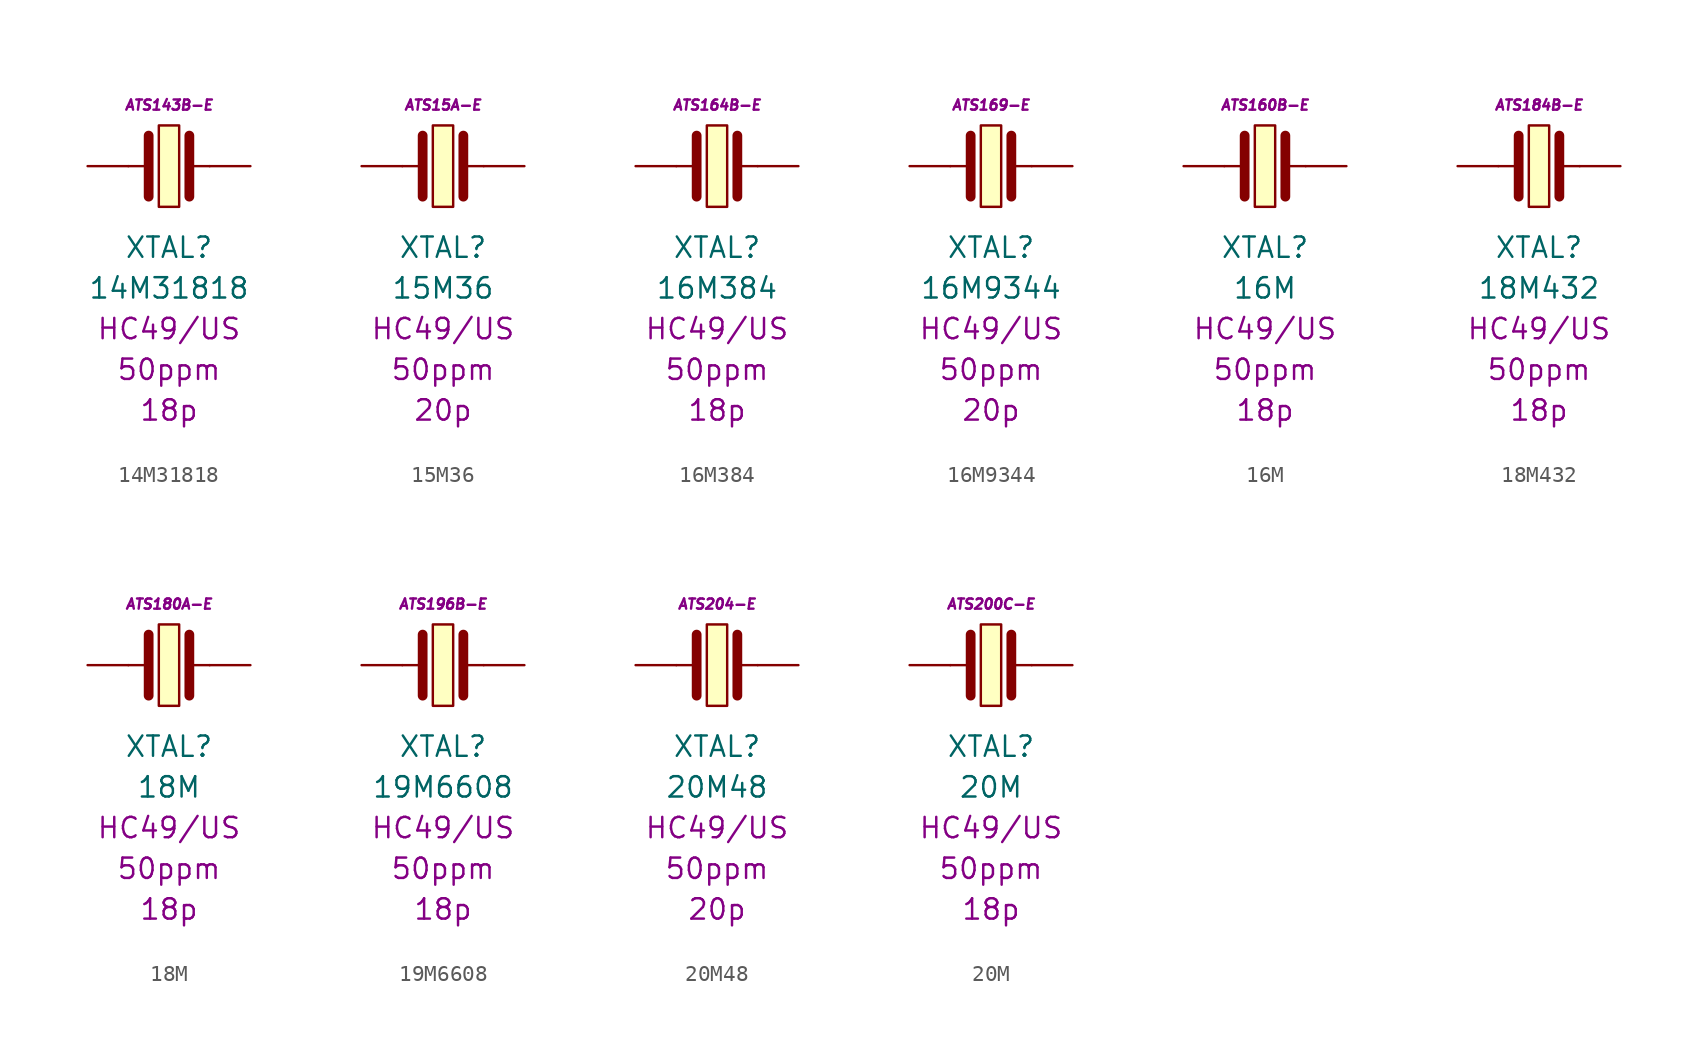
<source format=kicad_sym>
(kicad_symbol_lib
  (version 20201005)
  (generator kicad_symbol_editor)
  (symbol "14M31818"
    (pin_numbers hide)
    (pin_names
      (offset 1.016) hide)
    (property "Reference" "XTAL"
      (at 0 -5.08 0)
      (effects (font (size 1.27 1.27))))
    (property "Value" "14M31818"
      (at 0 -7.62 0)
      (effects (font (size 1.27 1.27))))
    (property "Package" "HC49/US"
      (at 0 -10.16 0)
      (effects (font (size 1.27 1.27))))
    (property "Tolerance" "50ppm"
      (at 0 -12.7 0)
      (effects (font (size 1.27 1.27))))
    (property "LoadCapacitance" "18p"
      (at 0 -15.24 0)
      (effects (font (size 1.27 1.27))))
    (property "MPN" "ATS143B-E"
      (at 0 3.81 0)
      (effects (font (size 0.635 0.635) italic)))
    (symbol "14M31818_0_1"
      (rectangle (start -0.635 2.54) (end 0.635 -2.54) (stroke (width 0.152)) (fill (type background)))
      (polyline (pts (xy -2.54 0) (xy -1.27 0)) (stroke (width 0.152)) (fill (type none)))
      (polyline (pts (xy -1.27 1.905) (xy -1.27 -1.905)) (stroke (width 0.61)) (fill (type none)))
      (polyline (pts (xy 1.27 0) (xy 2.54 0)) (stroke (width 0.152)) (fill (type none)))
      (polyline (pts (xy 1.27 1.905) (xy 1.27 -1.905)) (stroke (width 0.61)) (fill (type none))))
    (symbol "14M31818_1_1"
      (pin passive line (at -5.08 0 0) (length 2.54) (name "~" (effects (font (size 1.778 1.778)))) (number "1" (effects (font (size 1.778 1.778)))))
      (pin passive line (at 5.08 0 180) (length 2.54) (name "~" (effects (font (size 1.778 1.778)))) (number "2" (effects (font (size 1.778 1.778)))))))
  (symbol "15M36"
    (pin_numbers hide)
    (pin_names
      (offset 1.016) hide)
    (property "Reference" "XTAL"
      (at 0 -5.08 0)
      (effects (font (size 1.27 1.27))))
    (property "Value" "15M36"
      (at 0 -7.62 0)
      (effects (font (size 1.27 1.27))))
    (property "Package" "HC49/US"
      (at 0 -10.16 0)
      (effects (font (size 1.27 1.27))))
    (property "Tolerance" "50ppm"
      (at 0 -12.7 0)
      (effects (font (size 1.27 1.27))))
    (property "LoadCapacitance" "20p"
      (at 0 -15.24 0)
      (effects (font (size 1.27 1.27))))
    (property "MPN" "ATS15A-E"
      (at 0 3.81 0)
      (effects (font (size 0.635 0.635) italic)))
    (symbol "15M36_0_1"
      (rectangle (start -0.635 2.54) (end 0.635 -2.54) (stroke (width 0.152)) (fill (type background)))
      (polyline (pts (xy -2.54 0) (xy -1.27 0)) (stroke (width 0.152)) (fill (type none)))
      (polyline (pts (xy -1.27 1.905) (xy -1.27 -1.905)) (stroke (width 0.61)) (fill (type none)))
      (polyline (pts (xy 1.27 0) (xy 2.54 0)) (stroke (width 0.152)) (fill (type none)))
      (polyline (pts (xy 1.27 1.905) (xy 1.27 -1.905)) (stroke (width 0.61)) (fill (type none))))
    (symbol "15M36_1_1"
      (pin passive line (at -5.08 0 0) (length 2.54) (name "~" (effects (font (size 1.778 1.778)))) (number "1" (effects (font (size 1.778 1.778)))))
      (pin passive line (at 5.08 0 180) (length 2.54) (name "~" (effects (font (size 1.778 1.778)))) (number "2" (effects (font (size 1.778 1.778)))))))
  (symbol "16M384"
    (pin_numbers hide)
    (pin_names
      (offset 1.016) hide)
    (property "Reference" "XTAL"
      (at 0 -5.08 0)
      (effects (font (size 1.27 1.27))))
    (property "Value" "16M384"
      (at 0 -7.62 0)
      (effects (font (size 1.27 1.27))))
    (property "Package" "HC49/US"
      (at 0 -10.16 0)
      (effects (font (size 1.27 1.27))))
    (property "Tolerance" "50ppm"
      (at 0 -12.7 0)
      (effects (font (size 1.27 1.27))))
    (property "LoadCapacitance" "18p"
      (at 0 -15.24 0)
      (effects (font (size 1.27 1.27))))
    (property "MPN" "ATS164B-E"
      (at 0 3.81 0)
      (effects (font (size 0.635 0.635) italic)))
    (symbol "16M384_0_1"
      (rectangle (start -0.635 2.54) (end 0.635 -2.54) (stroke (width 0.152)) (fill (type background)))
      (polyline (pts (xy -2.54 0) (xy -1.27 0)) (stroke (width 0.152)) (fill (type none)))
      (polyline (pts (xy -1.27 1.905) (xy -1.27 -1.905)) (stroke (width 0.61)) (fill (type none)))
      (polyline (pts (xy 1.27 0) (xy 2.54 0)) (stroke (width 0.152)) (fill (type none)))
      (polyline (pts (xy 1.27 1.905) (xy 1.27 -1.905)) (stroke (width 0.61)) (fill (type none))))
    (symbol "16M384_1_1"
      (pin passive line (at -5.08 0 0) (length 2.54) (name "~" (effects (font (size 1.778 1.778)))) (number "1" (effects (font (size 1.778 1.778)))))
      (pin passive line (at 5.08 0 180) (length 2.54) (name "~" (effects (font (size 1.778 1.778)))) (number "2" (effects (font (size 1.778 1.778)))))))
  (symbol "16M9344"
    (pin_numbers hide)
    (pin_names
      (offset 1.016) hide)
    (property "Reference" "XTAL"
      (at 0 -5.08 0)
      (effects (font (size 1.27 1.27))))
    (property "Value" "16M9344"
      (at 0 -7.62 0)
      (effects (font (size 1.27 1.27))))
    (property "Package" "HC49/US"
      (at 0 -10.16 0)
      (effects (font (size 1.27 1.27))))
    (property "Tolerance" "50ppm"
      (at 0 -12.7 0)
      (effects (font (size 1.27 1.27))))
    (property "LoadCapacitance" "20p"
      (at 0 -15.24 0)
      (effects (font (size 1.27 1.27))))
    (property "MPN" "ATS169-E"
      (at 0 3.81 0)
      (effects (font (size 0.635 0.635) italic)))
    (symbol "16M9344_0_1"
      (rectangle (start -0.635 2.54) (end 0.635 -2.54) (stroke (width 0.152)) (fill (type background)))
      (polyline (pts (xy -2.54 0) (xy -1.27 0)) (stroke (width 0.152)) (fill (type none)))
      (polyline (pts (xy -1.27 1.905) (xy -1.27 -1.905)) (stroke (width 0.61)) (fill (type none)))
      (polyline (pts (xy 1.27 0) (xy 2.54 0)) (stroke (width 0.152)) (fill (type none)))
      (polyline (pts (xy 1.27 1.905) (xy 1.27 -1.905)) (stroke (width 0.61)) (fill (type none))))
    (symbol "16M9344_1_1"
      (pin passive line (at -5.08 0 0) (length 2.54) (name "~" (effects (font (size 1.778 1.778)))) (number "1" (effects (font (size 1.778 1.778)))))
      (pin passive line (at 5.08 0 180) (length 2.54) (name "~" (effects (font (size 1.778 1.778)))) (number "2" (effects (font (size 1.778 1.778)))))))
  (symbol "16M"
    (pin_numbers hide)
    (pin_names
      (offset 1.016) hide)
    (property "Reference" "XTAL"
      (at 0 -5.08 0)
      (effects (font (size 1.27 1.27))))
    (property "Value" "16M"
      (at 0 -7.62 0)
      (effects (font (size 1.27 1.27))))
    (property "Package" "HC49/US"
      (at 0 -10.16 0)
      (effects (font (size 1.27 1.27))))
    (property "Tolerance" "50ppm"
      (at 0 -12.7 0)
      (effects (font (size 1.27 1.27))))
    (property "LoadCapacitance" "18p"
      (at 0 -15.24 0)
      (effects (font (size 1.27 1.27))))
    (property "MPN" "ATS160B-E"
      (at 0 3.81 0)
      (effects (font (size 0.635 0.635) italic)))
    (symbol "16M_0_1"
      (rectangle (start -0.635 2.54) (end 0.635 -2.54) (stroke (width 0.152)) (fill (type background)))
      (polyline (pts (xy -2.54 0) (xy -1.27 0)) (stroke (width 0.152)) (fill (type none)))
      (polyline (pts (xy -1.27 1.905) (xy -1.27 -1.905)) (stroke (width 0.61)) (fill (type none)))
      (polyline (pts (xy 1.27 0) (xy 2.54 0)) (stroke (width 0.152)) (fill (type none)))
      (polyline (pts (xy 1.27 1.905) (xy 1.27 -1.905)) (stroke (width 0.61)) (fill (type none))))
    (symbol "16M_1_1"
      (pin passive line (at -5.08 0 0) (length 2.54) (name "~" (effects (font (size 1.778 1.778)))) (number "1" (effects (font (size 1.778 1.778)))))
      (pin passive line (at 5.08 0 180) (length 2.54) (name "~" (effects (font (size 1.778 1.778)))) (number "2" (effects (font (size 1.778 1.778)))))))
  (symbol "18M432"
    (pin_numbers hide)
    (pin_names
      (offset 1.016) hide)
    (property "Reference" "XTAL"
      (at 0 -5.08 0)
      (effects (font (size 1.27 1.27))))
    (property "Value" "18M432"
      (at 0 -7.62 0)
      (effects (font (size 1.27 1.27))))
    (property "Package" "HC49/US"
      (at 0 -10.16 0)
      (effects (font (size 1.27 1.27))))
    (property "Tolerance" "50ppm"
      (at 0 -12.7 0)
      (effects (font (size 1.27 1.27))))
    (property "LoadCapacitance" "18p"
      (at 0 -15.24 0)
      (effects (font (size 1.27 1.27))))
    (property "MPN" "ATS184B-E"
      (at 0 3.81 0)
      (effects (font (size 0.635 0.635) italic)))
    (symbol "18M432_0_1"
      (rectangle (start -0.635 2.54) (end 0.635 -2.54) (stroke (width 0.152)) (fill (type background)))
      (polyline (pts (xy -2.54 0) (xy -1.27 0)) (stroke (width 0.152)) (fill (type none)))
      (polyline (pts (xy -1.27 1.905) (xy -1.27 -1.905)) (stroke (width 0.61)) (fill (type none)))
      (polyline (pts (xy 1.27 0) (xy 2.54 0)) (stroke (width 0.152)) (fill (type none)))
      (polyline (pts (xy 1.27 1.905) (xy 1.27 -1.905)) (stroke (width 0.61)) (fill (type none))))
    (symbol "18M432_1_1"
      (pin passive line (at -5.08 0 0) (length 2.54) (name "~" (effects (font (size 1.778 1.778)))) (number "1" (effects (font (size 1.778 1.778)))))
      (pin passive line (at 5.08 0 180) (length 2.54) (name "~" (effects (font (size 1.778 1.778)))) (number "2" (effects (font (size 1.778 1.778)))))))
  (symbol "18M"
    (pin_numbers hide)
    (pin_names
      (offset 1.016) hide)
    (property "Reference" "XTAL"
      (at 0 -5.08 0)
      (effects (font (size 1.27 1.27))))
    (property "Value" "18M"
      (at 0 -7.62 0)
      (effects (font (size 1.27 1.27))))
    (property "Package" "HC49/US"
      (at 0 -10.16 0)
      (effects (font (size 1.27 1.27))))
    (property "Tolerance" "50ppm"
      (at 0 -12.7 0)
      (effects (font (size 1.27 1.27))))
    (property "LoadCapacitance" "18p"
      (at 0 -15.24 0)
      (effects (font (size 1.27 1.27))))
    (property "MPN" "ATS180A-E"
      (at 0 3.81 0)
      (effects (font (size 0.635 0.635) italic)))
    (symbol "18M_0_1"
      (rectangle (start -0.635 2.54) (end 0.635 -2.54) (stroke (width 0.152)) (fill (type background)))
      (polyline (pts (xy -2.54 0) (xy -1.27 0)) (stroke (width 0.152)) (fill (type none)))
      (polyline (pts (xy -1.27 1.905) (xy -1.27 -1.905)) (stroke (width 0.61)) (fill (type none)))
      (polyline (pts (xy 1.27 0) (xy 2.54 0)) (stroke (width 0.152)) (fill (type none)))
      (polyline (pts (xy 1.27 1.905) (xy 1.27 -1.905)) (stroke (width 0.61)) (fill (type none))))
    (symbol "18M_1_1"
      (pin passive line (at -5.08 0 0) (length 2.54) (name "~" (effects (font (size 1.778 1.778)))) (number "1" (effects (font (size 1.778 1.778)))))
      (pin passive line (at 5.08 0 180) (length 2.54) (name "~" (effects (font (size 1.778 1.778)))) (number "2" (effects (font (size 1.778 1.778)))))))
  (symbol "19M6608"
    (pin_numbers hide)
    (pin_names
      (offset 1.016) hide)
    (property "Reference" "XTAL"
      (at 0 -5.08 0)
      (effects (font (size 1.27 1.27))))
    (property "Value" "19M6608"
      (at 0 -7.62 0)
      (effects (font (size 1.27 1.27))))
    (property "Package" "HC49/US"
      (at 0 -10.16 0)
      (effects (font (size 1.27 1.27))))
    (property "Tolerance" "50ppm"
      (at 0 -12.7 0)
      (effects (font (size 1.27 1.27))))
    (property "LoadCapacitance" "18p"
      (at 0 -15.24 0)
      (effects (font (size 1.27 1.27))))
    (property "MPN" "ATS196B-E"
      (at 0 3.81 0)
      (effects (font (size 0.635 0.635) italic)))
    (symbol "19M6608_0_1"
      (rectangle (start -0.635 2.54) (end 0.635 -2.54) (stroke (width 0.152)) (fill (type background)))
      (polyline (pts (xy -2.54 0) (xy -1.27 0)) (stroke (width 0.152)) (fill (type none)))
      (polyline (pts (xy -1.27 1.905) (xy -1.27 -1.905)) (stroke (width 0.61)) (fill (type none)))
      (polyline (pts (xy 1.27 0) (xy 2.54 0)) (stroke (width 0.152)) (fill (type none)))
      (polyline (pts (xy 1.27 1.905) (xy 1.27 -1.905)) (stroke (width 0.61)) (fill (type none))))
    (symbol "19M6608_1_1"
      (pin passive line (at -5.08 0 0) (length 2.54) (name "~" (effects (font (size 1.778 1.778)))) (number "1" (effects (font (size 1.778 1.778)))))
      (pin passive line (at 5.08 0 180) (length 2.54) (name "~" (effects (font (size 1.778 1.778)))) (number "2" (effects (font (size 1.778 1.778)))))))
  (symbol "20M48"
    (pin_numbers hide)
    (pin_names
      (offset 1.016) hide)
    (property "Reference" "XTAL"
      (at 0 -5.08 0)
      (effects (font (size 1.27 1.27))))
    (property "Value" "20M48"
      (at 0 -7.62 0)
      (effects (font (size 1.27 1.27))))
    (property "Package" "HC49/US"
      (at 0 -10.16 0)
      (effects (font (size 1.27 1.27))))
    (property "Tolerance" "50ppm"
      (at 0 -12.7 0)
      (effects (font (size 1.27 1.27))))
    (property "LoadCapacitance" "20p"
      (at 0 -15.24 0)
      (effects (font (size 1.27 1.27))))
    (property "MPN" "ATS204-E"
      (at 0 3.81 0)
      (effects (font (size 0.635 0.635) italic)))
    (symbol "20M48_0_1"
      (rectangle (start -0.635 2.54) (end 0.635 -2.54) (stroke (width 0.152)) (fill (type background)))
      (polyline (pts (xy -2.54 0) (xy -1.27 0)) (stroke (width 0.152)) (fill (type none)))
      (polyline (pts (xy -1.27 1.905) (xy -1.27 -1.905)) (stroke (width 0.61)) (fill (type none)))
      (polyline (pts (xy 1.27 0) (xy 2.54 0)) (stroke (width 0.152)) (fill (type none)))
      (polyline (pts (xy 1.27 1.905) (xy 1.27 -1.905)) (stroke (width 0.61)) (fill (type none))))
    (symbol "20M48_1_1"
      (pin passive line (at -5.08 0 0) (length 2.54) (name "~" (effects (font (size 1.778 1.778)))) (number "1" (effects (font (size 1.778 1.778)))))
      (pin passive line (at 5.08 0 180) (length 2.54) (name "~" (effects (font (size 1.778 1.778)))) (number "2" (effects (font (size 1.778 1.778)))))))
  (symbol "20M"
    (pin_numbers hide)
    (pin_names
      (offset 1.016) hide)
    (property "Reference" "XTAL"
      (at 0 -5.08 0)
      (effects (font (size 1.27 1.27))))
    (property "Value" "20M"
      (at 0 -7.62 0)
      (effects (font (size 1.27 1.27))))
    (property "Package" "HC49/US"
      (at 0 -10.16 0)
      (effects (font (size 1.27 1.27))))
    (property "Tolerance" "50ppm"
      (at 0 -12.7 0)
      (effects (font (size 1.27 1.27))))
    (property "LoadCapacitance" "18p"
      (at 0 -15.24 0)
      (effects (font (size 1.27 1.27))))
    (property "MPN" "ATS200C-E"
      (at 0 3.81 0)
      (effects (font (size 0.635 0.635) italic)))
    (symbol "20M_0_1"
      (rectangle (start -0.635 2.54) (end 0.635 -2.54) (stroke (width 0.152)) (fill (type background)))
      (polyline (pts (xy -2.54 0) (xy -1.27 0)) (stroke (width 0.152)) (fill (type none)))
      (polyline (pts (xy -1.27 1.905) (xy -1.27 -1.905)) (stroke (width 0.61)) (fill (type none)))
      (polyline (pts (xy 1.27 0) (xy 2.54 0)) (stroke (width 0.152)) (fill (type none)))
      (polyline (pts (xy 1.27 1.905) (xy 1.27 -1.905)) (stroke (width 0.61)) (fill (type none))))
    (symbol "20M_1_1"
      (pin passive line (at -5.08 0 0) (length 2.54) (name "~" (effects (font (size 1.778 1.778)))) (number "1" (effects (font (size 1.778 1.778)))))
      (pin passive line (at 5.08 0 180) (length 2.54) (name "~" (effects (font (size 1.778 1.778)))) (number "2" (effects (font (size 1.778 1.778))))))))
</source>
